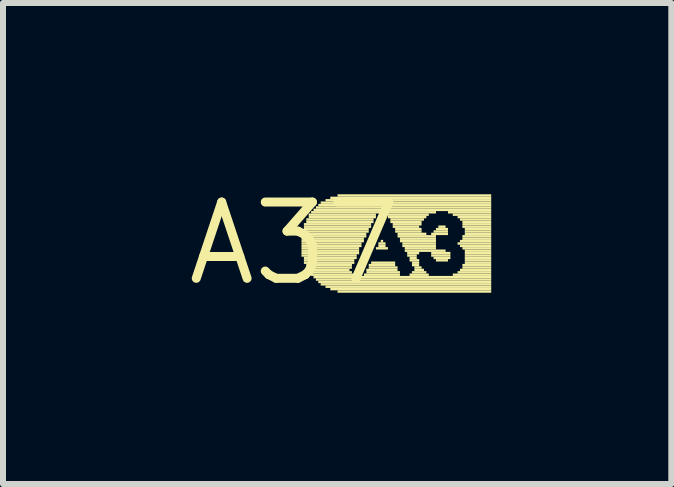
<source format=kicad_pcb>
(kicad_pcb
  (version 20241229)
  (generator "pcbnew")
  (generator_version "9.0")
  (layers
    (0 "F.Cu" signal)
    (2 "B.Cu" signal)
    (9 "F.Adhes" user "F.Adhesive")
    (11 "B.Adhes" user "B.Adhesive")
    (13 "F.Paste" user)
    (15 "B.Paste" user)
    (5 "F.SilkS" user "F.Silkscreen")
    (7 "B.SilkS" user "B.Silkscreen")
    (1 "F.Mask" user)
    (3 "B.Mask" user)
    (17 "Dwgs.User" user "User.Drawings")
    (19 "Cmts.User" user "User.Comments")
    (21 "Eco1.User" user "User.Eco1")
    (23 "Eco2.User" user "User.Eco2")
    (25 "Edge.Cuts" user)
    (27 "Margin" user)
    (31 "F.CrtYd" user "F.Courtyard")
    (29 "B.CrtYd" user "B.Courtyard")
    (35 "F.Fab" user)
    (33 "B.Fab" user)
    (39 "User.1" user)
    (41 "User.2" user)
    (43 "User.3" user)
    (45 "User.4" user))
  (footprint "A37"
    (layer "F.Cu")
    (at 1.852 1.006)
    (property "Reference" "A37" (at 0 0 0) (layer "F.SilkS") (effects (font (size 1.27 1.27) (thickness 0.15))))
    (fp_poly (pts (xy 0.12 -0.18) (xy 1.24 -0.18) (xy 1.24 -0.22) (xy 0.12 -0.22)) (stroke (width 0) (type default)) (fill yes) (layer "F.SilkS"))
    (fp_poly (pts (xy 0.12 -0.14) (xy 1.2 -0.14) (xy 1.2 -0.18) (xy 0.12 -0.18)) (stroke (width 0) (type default)) (fill yes) (layer "F.SilkS"))
    (fp_poly (pts (xy 0.12 -0.1) (xy 1.2 -0.1) (xy 1.2 -0.14) (xy 0.12 -0.14)) (stroke (width 0) (type default)) (fill yes) (layer "F.SilkS"))
    (fp_poly (pts (xy 0.12 -0.06) (xy 1.16 -0.06) (xy 1.16 -0.1) (xy 0.12 -0.1)) (stroke (width 0) (type default)) (fill yes) (layer "F.SilkS"))
    (fp_poly (pts (xy 0.12 -0.02) (xy 1.16 -0.02) (xy 1.16 -0.06) (xy 0.12 -0.06)) (stroke (width 0) (type default)) (fill yes) (layer "F.SilkS"))
    (fp_poly (pts (xy 0.12 0.02) (xy 1.12 0.02) (xy 1.12 -0.02) (xy 0.12 -0.02)) (stroke (width 0) (type default)) (fill yes) (layer "F.SilkS"))
    (fp_poly (pts (xy 0.12 0.06) (xy 1.12 0.06) (xy 1.12 0.02) (xy 0.12 0.02)) (stroke (width 0) (type default)) (fill yes) (layer "F.SilkS"))
    (fp_poly (pts (xy 0.12 0.1) (xy 1.08 0.1) (xy 1.08 0.06) (xy 0.12 0.06)) (stroke (width 0) (type default)) (fill yes) (layer "F.SilkS"))
    (fp_poly (pts (xy 0.12 0.14) (xy 1.08 0.14) (xy 1.08 0.1) (xy 0.12 0.1)) (stroke (width 0) (type default)) (fill yes) (layer "F.SilkS"))
    (fp_poly (pts (xy 0.12 0.18) (xy 1.08 0.18) (xy 1.08 0.14) (xy 0.12 0.14)) (stroke (width 0) (type default)) (fill yes) (layer "F.SilkS"))
    (fp_poly (pts (xy 0.12 0.22) (xy 1.04 0.22) (xy 1.04 0.18) (xy 0.12 0.18)) (stroke (width 0) (type default)) (fill yes) (layer "F.SilkS"))
    (fp_poly (pts (xy 0.16 -0.3) (xy 1.28 -0.3) (xy 1.28 -0.34) (xy 0.16 -0.34)) (stroke (width 0) (type default)) (fill yes) (layer "F.SilkS"))
    (fp_poly (pts (xy 0.16 -0.26) (xy 1.28 -0.26) (xy 1.28 -0.3) (xy 0.16 -0.3)) (stroke (width 0) (type default)) (fill yes) (layer "F.SilkS"))
    (fp_poly (pts (xy 0.16 -0.22) (xy 1.24 -0.22) (xy 1.24 -0.26) (xy 0.16 -0.26)) (stroke (width 0) (type default)) (fill yes) (layer "F.SilkS"))
    (fp_poly (pts (xy 0.16 0.26) (xy 1.04 0.26) (xy 1.04 0.22) (xy 0.16 0.22)) (stroke (width 0) (type default)) (fill yes) (layer "F.SilkS"))
    (fp_poly (pts (xy 0.16 0.3) (xy 1 0.3) (xy 1 0.26) (xy 0.16 0.26)) (stroke (width 0) (type default)) (fill yes) (layer "F.SilkS"))
    (fp_poly (pts (xy 0.16 0.34) (xy 1 0.34) (xy 1 0.3) (xy 0.16 0.3)) (stroke (width 0) (type default)) (fill yes) (layer "F.SilkS"))
    (fp_poly (pts (xy 0.2 -0.38) (xy 1.32 -0.38) (xy 1.32 -0.42) (xy 0.2 -0.42)) (stroke (width 0) (type default)) (fill yes) (layer "F.SilkS"))
    (fp_poly (pts (xy 0.2 -0.34) (xy 1.32 -0.34) (xy 1.32 -0.38) (xy 0.2 -0.38)) (stroke (width 0) (type default)) (fill yes) (layer "F.SilkS"))
    (fp_poly (pts (xy 0.2 0.38) (xy 0.96 0.38) (xy 0.96 0.34) (xy 0.2 0.34)) (stroke (width 0) (type default)) (fill yes) (layer "F.SilkS"))
    (fp_poly (pts (xy 0.2 0.42) (xy 0.96 0.42) (xy 0.96 0.38) (xy 0.2 0.38)) (stroke (width 0) (type default)) (fill yes) (layer "F.SilkS"))
    (fp_poly (pts (xy 0.24 -0.46) (xy 1.36 -0.46) (xy 1.36 -0.5) (xy 0.24 -0.5)) (stroke (width 0) (type default)) (fill yes) (layer "F.SilkS"))
    (fp_poly (pts (xy 0.24 -0.42) (xy 1.36 -0.42) (xy 1.36 -0.46) (xy 0.24 -0.46)) (stroke (width 0) (type default)) (fill yes) (layer "F.SilkS"))
    (fp_poly (pts (xy 0.24 0.46) (xy 0.92 0.46) (xy 0.92 0.42) (xy 0.24 0.42)) (stroke (width 0) (type default)) (fill yes) (layer "F.SilkS"))
    (fp_poly (pts (xy 0.24 0.5) (xy 0.96 0.5) (xy 0.96 0.46) (xy 0.24 0.46)) (stroke (width 0) (type default)) (fill yes) (layer "F.SilkS"))
    (fp_poly (pts (xy 0.28 -0.5) (xy 2.36 -0.5) (xy 2.36 -0.54) (xy 0.28 -0.54)) (stroke (width 0) (type default)) (fill yes) (layer "F.SilkS"))
    (fp_poly (pts (xy 0.28 0.54) (xy 1 0.54) (xy 1 0.5) (xy 0.28 0.5)) (stroke (width 0) (type default)) (fill yes) (layer "F.SilkS"))
    (fp_poly (pts (xy 0.32 -0.54) (xy 3.28 -0.54) (xy 3.28 -0.58) (xy 0.32 -0.58)) (stroke (width 0) (type default)) (fill yes) (layer "F.SilkS"))
    (fp_poly (pts (xy 0.32 0.58) (xy 3.28 0.58) (xy 3.28 0.54) (xy 0.32 0.54)) (stroke (width 0) (type default)) (fill yes) (layer "F.SilkS"))
    (fp_poly (pts (xy 0.36 -0.58) (xy 3.28 -0.58) (xy 3.28 -0.62) (xy 0.36 -0.62)) (stroke (width 0) (type default)) (fill yes) (layer "F.SilkS"))
    (fp_poly (pts (xy 0.36 0.62) (xy 3.28 0.62) (xy 3.28 0.58) (xy 0.36 0.58)) (stroke (width 0) (type default)) (fill yes) (layer "F.SilkS"))
    (fp_poly (pts (xy 0.4 -0.62) (xy 3.28 -0.62) (xy 3.28 -0.66) (xy 0.4 -0.66)) (stroke (width 0) (type default)) (fill yes) (layer "F.SilkS"))
    (fp_poly (pts (xy 0.4 0.66) (xy 3.28 0.66) (xy 3.28 0.62) (xy 0.4 0.62)) (stroke (width 0) (type default)) (fill yes) (layer "F.SilkS"))
    (fp_poly (pts (xy 0.44 -0.66) (xy 3.28 -0.66) (xy 3.28 -0.7) (xy 0.44 -0.7)) (stroke (width 0) (type default)) (fill yes) (layer "F.SilkS"))
    (fp_poly (pts (xy 0.44 0.7) (xy 3.28 0.7) (xy 3.28 0.66) (xy 0.44 0.66)) (stroke (width 0) (type default)) (fill yes) (layer "F.SilkS"))
    (fp_poly (pts (xy 0.52 -0.7) (xy 3.28 -0.7) (xy 3.28 -0.74) (xy 0.52 -0.74)) (stroke (width 0) (type default)) (fill yes) (layer "F.SilkS"))
    (fp_poly (pts (xy 0.52 0.74) (xy 3.28 0.74) (xy 3.28 0.7) (xy 0.52 0.7)) (stroke (width 0) (type default)) (fill yes) (layer "F.SilkS"))
    (fp_poly (pts (xy 0.6 -0.74) (xy 3.28 -0.74) (xy 3.28 -0.78) (xy 0.6 -0.78)) (stroke (width 0) (type default)) (fill yes) (layer "F.SilkS"))
    (fp_poly (pts (xy 0.6 0.78) (xy 3.28 0.78) (xy 3.28 0.74) (xy 0.6 0.74)) (stroke (width 0) (type default)) (fill yes) (layer "F.SilkS"))
    (fp_poly (pts (xy 0.72 -0.78) (xy 3.28 -0.78) (xy 3.28 -0.82) (xy 0.72 -0.82)) (stroke (width 0) (type default)) (fill yes) (layer "F.SilkS"))
    (fp_poly (pts (xy 0.72 0.82) (xy 3.28 0.82) (xy 3.28 0.78) (xy 0.72 0.78)) (stroke (width 0) (type default)) (fill yes) (layer "F.SilkS"))
    (fp_poly (pts (xy 1.16 0.54) (xy 1.76 0.54) (xy 1.76 0.5) (xy 1.16 0.5)) (stroke (width 0) (type default)) (fill yes) (layer "F.SilkS"))
    (fp_poly (pts (xy 1.2 0.46) (xy 1.72 0.46) (xy 1.72 0.42) (xy 1.2 0.42)) (stroke (width 0) (type default)) (fill yes) (layer "F.SilkS"))
    (fp_poly (pts (xy 1.2 0.5) (xy 1.76 0.5) (xy 1.76 0.46) (xy 1.2 0.46)) (stroke (width 0) (type default)) (fill yes) (layer "F.SilkS"))
    (fp_poly (pts (xy 1.24 0.38) (xy 1.68 0.38) (xy 1.68 0.34) (xy 1.24 0.34)) (stroke (width 0) (type default)) (fill yes) (layer "F.SilkS"))
    (fp_poly (pts (xy 1.24 0.42) (xy 1.72 0.42) (xy 1.72 0.38) (xy 1.24 0.38)) (stroke (width 0) (type default)) (fill yes) (layer "F.SilkS"))
    (fp_poly (pts (xy 1.28 0.34) (xy 1.68 0.34) (xy 1.68 0.3) (xy 1.28 0.3)) (stroke (width 0) (type default)) (fill yes) (layer "F.SilkS"))
    (fp_poly (pts (xy 1.36 0.1) (xy 1.56 0.1) (xy 1.56 0.06) (xy 1.36 0.06)) (stroke (width 0) (type default)) (fill yes) (layer "F.SilkS"))
    (fp_poly (pts (xy 1.4 0.02) (xy 1.52 0.02) (xy 1.52 -0.02) (xy 1.4 -0.02)) (stroke (width 0) (type default)) (fill yes) (layer "F.SilkS"))
    (fp_poly (pts (xy 1.4 0.06) (xy 1.52 0.06) (xy 1.52 0.02) (xy 1.4 0.02)) (stroke (width 0) (type default)) (fill yes) (layer "F.SilkS"))
    (fp_poly (pts (xy 1.44 -0.02) (xy 1.48 -0.02) (xy 1.48 -0.06) (xy 1.44 -0.06)) (stroke (width 0) (type default)) (fill yes) (layer "F.SilkS"))
    (fp_poly (pts (xy 1.56 -0.46) (xy 2.24 -0.46) (xy 2.24 -0.5) (xy 1.56 -0.5)) (stroke (width 0) (type default)) (fill yes) (layer "F.SilkS"))
    (fp_poly (pts (xy 1.56 -0.42) (xy 2.2 -0.42) (xy 2.2 -0.46) (xy 1.56 -0.46)) (stroke (width 0) (type default)) (fill yes) (layer "F.SilkS"))
    (fp_poly (pts (xy 1.6 -0.38) (xy 2.16 -0.38) (xy 2.16 -0.42) (xy 1.6 -0.42)) (stroke (width 0) (type default)) (fill yes) (layer "F.SilkS"))
    (fp_poly (pts (xy 1.6 -0.34) (xy 2.12 -0.34) (xy 2.12 -0.38) (xy 1.6 -0.38)) (stroke (width 0) (type default)) (fill yes) (layer "F.SilkS"))
    (fp_poly (pts (xy 1.64 -0.3) (xy 2.12 -0.3) (xy 2.12 -0.34) (xy 1.64 -0.34)) (stroke (width 0) (type default)) (fill yes) (layer "F.SilkS"))
    (fp_poly (pts (xy 1.64 -0.26) (xy 2.08 -0.26) (xy 2.08 -0.3) (xy 1.64 -0.3)) (stroke (width 0) (type default)) (fill yes) (layer "F.SilkS"))
    (fp_poly (pts (xy 1.68 -0.22) (xy 2.12 -0.22) (xy 2.12 -0.26) (xy 1.68 -0.26)) (stroke (width 0) (type default)) (fill yes) (layer "F.SilkS"))
    (fp_poly (pts (xy 1.68 -0.18) (xy 2.12 -0.18) (xy 2.12 -0.22) (xy 1.68 -0.22)) (stroke (width 0) (type default)) (fill yes) (layer "F.SilkS"))
    (fp_poly (pts (xy 1.72 -0.14) (xy 2.2 -0.14) (xy 2.2 -0.18) (xy 1.72 -0.18)) (stroke (width 0) (type default)) (fill yes) (layer "F.SilkS"))
    (fp_poly (pts (xy 1.72 -0.1) (xy 2.36 -0.1) (xy 2.36 -0.14) (xy 1.72 -0.14)) (stroke (width 0) (type default)) (fill yes) (layer "F.SilkS"))
    (fp_poly (pts (xy 1.76 -0.06) (xy 2.36 -0.06) (xy 2.36 -0.1) (xy 1.76 -0.1)) (stroke (width 0) (type default)) (fill yes) (layer "F.SilkS"))
    (fp_poly (pts (xy 1.76 -0.02) (xy 2.36 -0.02) (xy 2.36 -0.06) (xy 1.76 -0.06)) (stroke (width 0) (type default)) (fill yes) (layer "F.SilkS"))
    (fp_poly (pts (xy 1.8 0.02) (xy 2.36 0.02) (xy 2.36 -0.02) (xy 1.8 -0.02)) (stroke (width 0) (type default)) (fill yes) (layer "F.SilkS"))
    (fp_poly (pts (xy 1.8 0.06) (xy 2.36 0.06) (xy 2.36 0.02) (xy 1.8 0.02)) (stroke (width 0) (type default)) (fill yes) (layer "F.SilkS"))
    (fp_poly (pts (xy 1.84 0.1) (xy 2.36 0.1) (xy 2.36 0.06) (xy 1.84 0.06)) (stroke (width 0) (type default)) (fill yes) (layer "F.SilkS"))
    (fp_poly (pts (xy 1.84 0.14) (xy 2.52 0.14) (xy 2.52 0.1) (xy 1.84 0.1)) (stroke (width 0) (type default)) (fill yes) (layer "F.SilkS"))
    (fp_poly (pts (xy 1.88 0.18) (xy 2.08 0.18) (xy 2.08 0.14) (xy 1.88 0.14)) (stroke (width 0) (type default)) (fill yes) (layer "F.SilkS"))
    (fp_poly (pts (xy 1.88 0.22) (xy 2.04 0.22) (xy 2.04 0.18) (xy 1.88 0.18)) (stroke (width 0) (type default)) (fill yes) (layer "F.SilkS"))
    (fp_poly (pts (xy 1.92 0.26) (xy 2.04 0.26) (xy 2.04 0.22) (xy 1.92 0.22)) (stroke (width 0) (type default)) (fill yes) (layer "F.SilkS"))
    (fp_poly (pts (xy 1.92 0.3) (xy 2.08 0.3) (xy 2.08 0.26) (xy 1.92 0.26)) (stroke (width 0) (type default)) (fill yes) (layer "F.SilkS"))
    (fp_poly (pts (xy 1.92 0.54) (xy 2.24 0.54) (xy 2.24 0.5) (xy 1.92 0.5)) (stroke (width 0) (type default)) (fill yes) (layer "F.SilkS"))
    (fp_poly (pts (xy 1.96 0.34) (xy 2.08 0.34) (xy 2.08 0.3) (xy 1.96 0.3)) (stroke (width 0) (type default)) (fill yes) (layer "F.SilkS"))
    (fp_poly (pts (xy 1.96 0.38) (xy 2.08 0.38) (xy 2.08 0.34) (xy 1.96 0.34)) (stroke (width 0) (type default)) (fill yes) (layer "F.SilkS"))
    (fp_poly (pts (xy 1.96 0.5) (xy 2.2 0.5) (xy 2.2 0.46) (xy 1.96 0.46)) (stroke (width 0) (type default)) (fill yes) (layer "F.SilkS"))
    (fp_poly (pts (xy 2 0.42) (xy 2.12 0.42) (xy 2.12 0.38) (xy 2 0.38)) (stroke (width 0) (type default)) (fill yes) (layer "F.SilkS"))
    (fp_poly (pts (xy 2 0.46) (xy 2.16 0.46) (xy 2.16 0.42) (xy 2 0.42)) (stroke (width 0) (type default)) (fill yes) (layer "F.SilkS"))
    (fp_poly (pts (xy 2.28 -0.14) (xy 2.56 -0.14) (xy 2.56 -0.18) (xy 2.28 -0.18)) (stroke (width 0) (type default)) (fill yes) (layer "F.SilkS"))
    (fp_poly (pts (xy 2.28 0.18) (xy 2.6 0.18) (xy 2.6 0.14) (xy 2.28 0.14)) (stroke (width 0) (type default)) (fill yes) (layer "F.SilkS"))
    (fp_poly (pts (xy 2.28 0.22) (xy 2.6 0.22) (xy 2.6 0.18) (xy 2.28 0.18)) (stroke (width 0) (type default)) (fill yes) (layer "F.SilkS"))
    (fp_poly (pts (xy 2.32 -0.18) (xy 2.56 -0.18) (xy 2.56 -0.22) (xy 2.32 -0.22)) (stroke (width 0) (type default)) (fill yes) (layer "F.SilkS"))
    (fp_poly (pts (xy 2.32 0.26) (xy 2.6 0.26) (xy 2.6 0.22) (xy 2.32 0.22)) (stroke (width 0) (type default)) (fill yes) (layer "F.SilkS"))
    (fp_poly (pts (xy 2.36 -0.22) (xy 2.56 -0.22) (xy 2.56 -0.26) (xy 2.36 -0.26)) (stroke (width 0) (type default)) (fill yes) (layer "F.SilkS"))
    (fp_poly (pts (xy 2.36 0.3) (xy 2.56 0.3) (xy 2.56 0.26) (xy 2.36 0.26)) (stroke (width 0) (type default)) (fill yes) (layer "F.SilkS"))
    (fp_poly (pts (xy 2.4 -0.26) (xy 2.52 -0.26) (xy 2.52 -0.3) (xy 2.4 -0.3)) (stroke (width 0) (type default)) (fill yes) (layer "F.SilkS"))
    (fp_poly (pts (xy 2.56 -0.5) (xy 3.28 -0.5) (xy 3.28 -0.54) (xy 2.56 -0.54)) (stroke (width 0) (type default)) (fill yes) (layer "F.SilkS"))
    (fp_poly (pts (xy 2.64 -0.46) (xy 3.28 -0.46) (xy 3.28 -0.5) (xy 2.64 -0.5)) (stroke (width 0) (type default)) (fill yes) (layer "F.SilkS"))
    (fp_poly (pts (xy 2.64 0.54) (xy 3.28 0.54) (xy 3.28 0.5) (xy 2.64 0.5)) (stroke (width 0) (type default)) (fill yes) (layer "F.SilkS"))
    (fp_poly (pts (xy 2.72 -0.42) (xy 3.28 -0.42) (xy 3.28 -0.46) (xy 2.72 -0.46)) (stroke (width 0) (type default)) (fill yes) (layer "F.SilkS"))
    (fp_poly (pts (xy 2.72 0.02) (xy 3.28 0.02) (xy 3.28 -0.02) (xy 2.72 -0.02)) (stroke (width 0) (type default)) (fill yes) (layer "F.SilkS"))
    (fp_poly (pts (xy 2.72 0.5) (xy 3.28 0.5) (xy 3.28 0.46) (xy 2.72 0.46)) (stroke (width 0) (type default)) (fill yes) (layer "F.SilkS"))
    (fp_poly (pts (xy 2.76 -0.38) (xy 3.28 -0.38) (xy 3.28 -0.42) (xy 2.76 -0.42)) (stroke (width 0) (type default)) (fill yes) (layer "F.SilkS"))
    (fp_poly (pts (xy 2.76 -0.02) (xy 3.28 -0.02) (xy 3.28 -0.06) (xy 2.76 -0.06)) (stroke (width 0) (type default)) (fill yes) (layer "F.SilkS"))
    (fp_poly (pts (xy 2.76 0.06) (xy 3.28 0.06) (xy 3.28 0.02) (xy 2.76 0.02)) (stroke (width 0) (type default)) (fill yes) (layer "F.SilkS"))
    (fp_poly (pts (xy 2.76 0.46) (xy 3.28 0.46) (xy 3.28 0.42) (xy 2.76 0.42)) (stroke (width 0) (type default)) (fill yes) (layer "F.SilkS"))
    (fp_poly (pts (xy 2.8 -0.34) (xy 3.28 -0.34) (xy 3.28 -0.38) (xy 2.8 -0.38)) (stroke (width 0) (type default)) (fill yes) (layer "F.SilkS"))
    (fp_poly (pts (xy 2.8 -0.3) (xy 3.28 -0.3) (xy 3.28 -0.34) (xy 2.8 -0.34)) (stroke (width 0) (type default)) (fill yes) (layer "F.SilkS"))
    (fp_poly (pts (xy 2.8 -0.26) (xy 3.28 -0.26) (xy 3.28 -0.3) (xy 2.8 -0.3)) (stroke (width 0) (type default)) (fill yes) (layer "F.SilkS"))
    (fp_poly (pts (xy 2.8 -0.1) (xy 3.28 -0.1) (xy 3.28 -0.14) (xy 2.8 -0.14)) (stroke (width 0) (type default)) (fill yes) (layer "F.SilkS"))
    (fp_poly (pts (xy 2.8 -0.06) (xy 3.28 -0.06) (xy 3.28 -0.1) (xy 2.8 -0.1)) (stroke (width 0) (type default)) (fill yes) (layer "F.SilkS"))
    (fp_poly (pts (xy 2.8 0.1) (xy 3.28 0.1) (xy 3.28 0.06) (xy 2.8 0.06)) (stroke (width 0) (type default)) (fill yes) (layer "F.SilkS"))
    (fp_poly (pts (xy 2.8 0.38) (xy 3.28 0.38) (xy 3.28 0.34) (xy 2.8 0.34)) (stroke (width 0) (type default)) (fill yes) (layer "F.SilkS"))
    (fp_poly (pts (xy 2.8 0.42) (xy 3.28 0.42) (xy 3.28 0.38) (xy 2.8 0.38)) (stroke (width 0) (type default)) (fill yes) (layer "F.SilkS"))
    (fp_poly (pts (xy 2.84 -0.22) (xy 3.28 -0.22) (xy 3.28 -0.26) (xy 2.84 -0.26)) (stroke (width 0) (type default)) (fill yes) (layer "F.SilkS"))
    (fp_poly (pts (xy 2.84 -0.18) (xy 3.28 -0.18) (xy 3.28 -0.22) (xy 2.84 -0.22)) (stroke (width 0) (type default)) (fill yes) (layer "F.SilkS"))
    (fp_poly (pts (xy 2.84 -0.14) (xy 3.28 -0.14) (xy 3.28 -0.18) (xy 2.84 -0.18)) (stroke (width 0) (type default)) (fill yes) (layer "F.SilkS"))
    (fp_poly (pts (xy 2.84 0.14) (xy 3.28 0.14) (xy 3.28 0.1) (xy 2.84 0.1)) (stroke (width 0) (type default)) (fill yes) (layer "F.SilkS"))
    (fp_poly (pts (xy 2.84 0.18) (xy 3.28 0.18) (xy 3.28 0.14) (xy 2.84 0.14)) (stroke (width 0) (type default)) (fill yes) (layer "F.SilkS"))
    (fp_poly (pts (xy 2.84 0.22) (xy 3.28 0.22) (xy 3.28 0.18) (xy 2.84 0.18)) (stroke (width 0) (type default)) (fill yes) (layer "F.SilkS"))
    (fp_poly (pts (xy 2.84 0.26) (xy 3.28 0.26) (xy 3.28 0.22) (xy 2.84 0.22)) (stroke (width 0) (type default)) (fill yes) (layer "F.SilkS"))
    (fp_poly (pts (xy 2.84 0.3) (xy 3.28 0.3) (xy 3.28 0.26) (xy 2.84 0.26)) (stroke (width 0) (type default)) (fill yes) (layer "F.SilkS"))
    (fp_poly (pts (xy 2.84 0.34) (xy 3.28 0.34) (xy 3.28 0.3) (xy 2.84 0.3)) (stroke (width 0) (type default)) (fill yes) (layer "F.SilkS")))
  (gr_rect
    (start -3 -3)
    (end 8.132 5.012)
    (stroke (width 0.1) (type default))
    (fill no)
    (layer "Edge.Cuts")))
</source>
